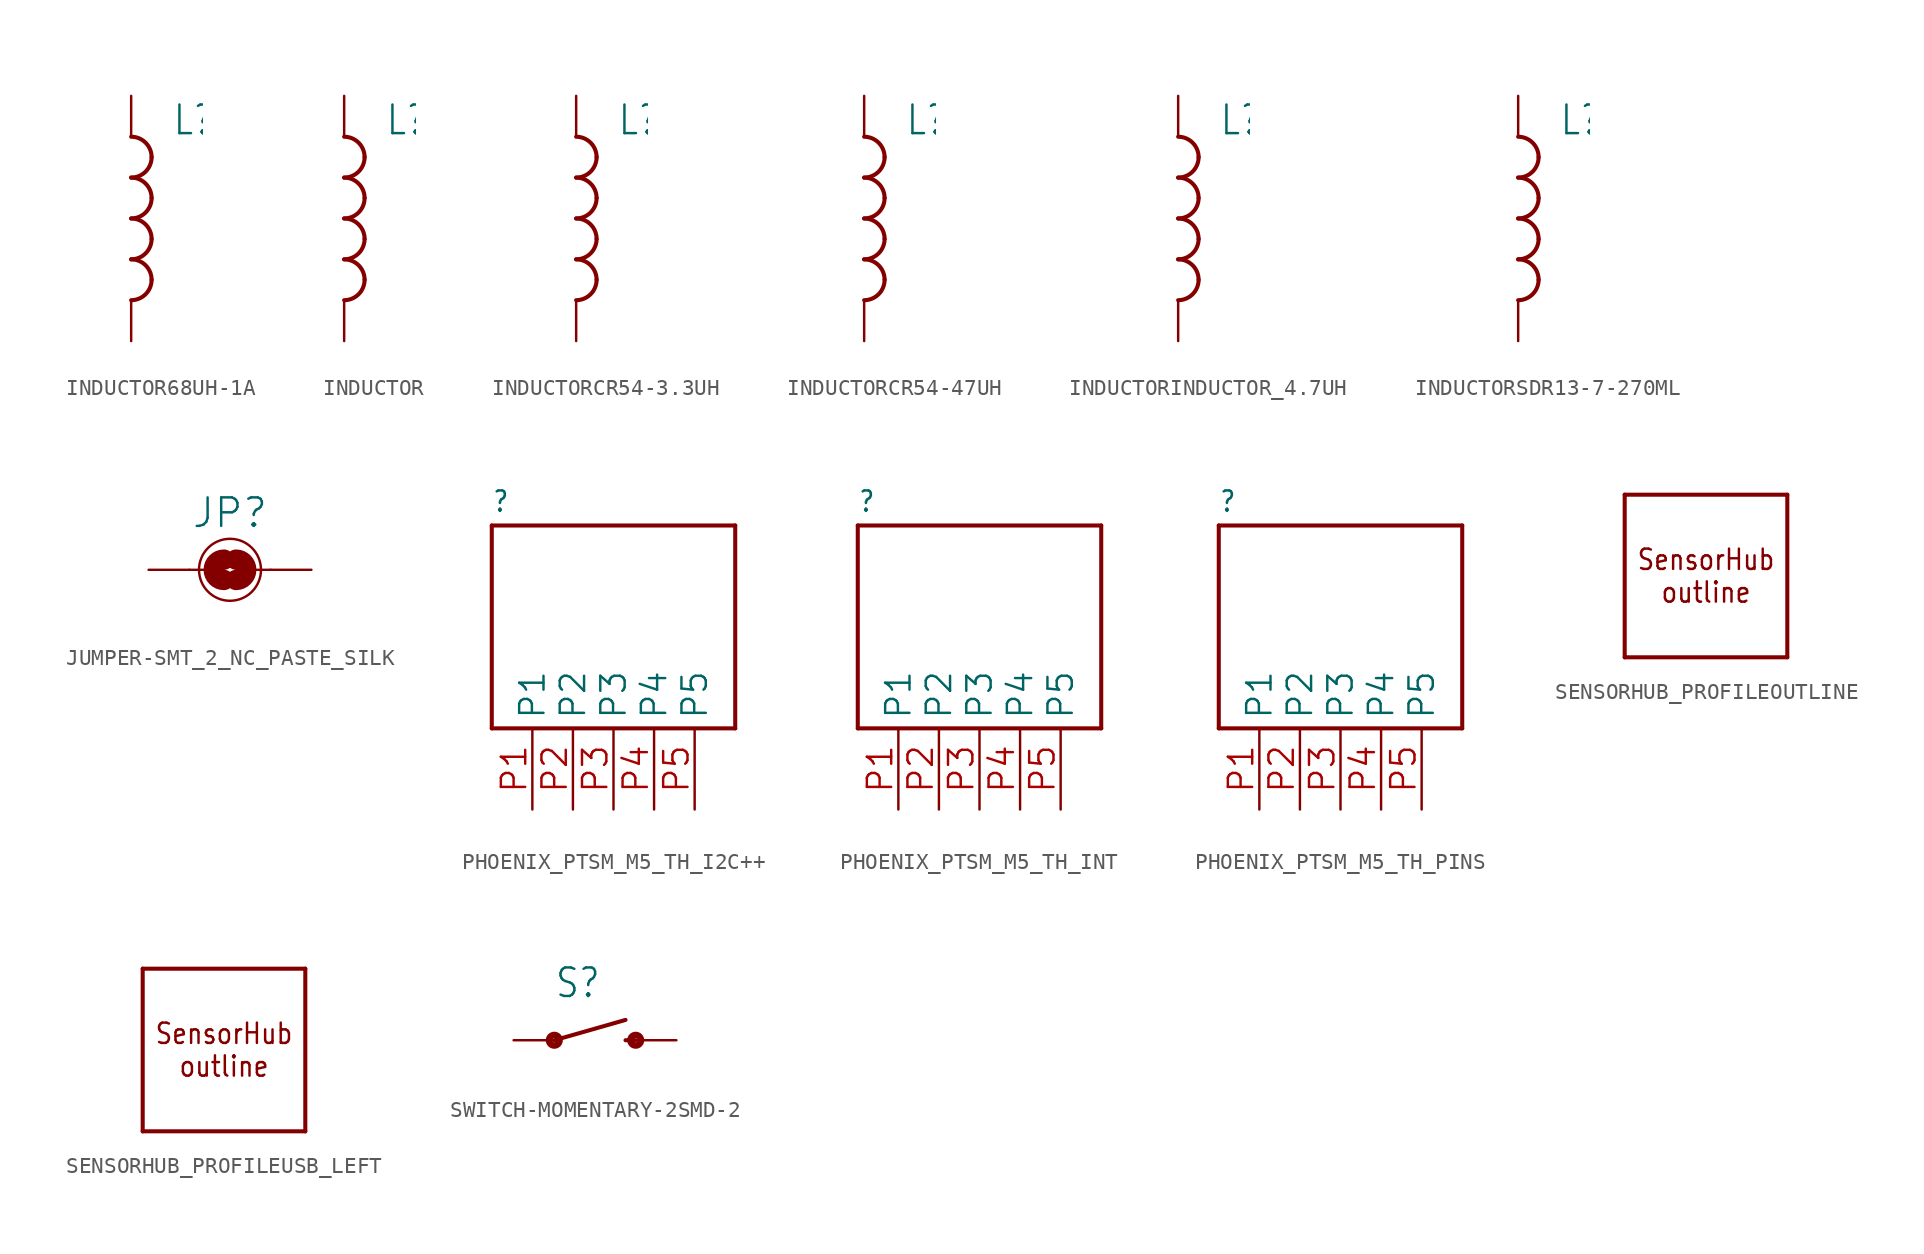
<source format=kicad_sym>
(kicad_symbol_lib
  (version 20241209)
  (generator "kicad_symbol_editor")
  (generator_version "9.0")
  (symbol "INDUCTOR68UH-1A"
    (property "Reference" "L"
      (at 2.54 5.08 0)
      (effects (font (size 1.778 1.511)) (justify left bottom)))
    (property "Value" ""
      (at 2.54 -5.08 0)
      (effects (font (size 1.778 1.511)) (justify left bottom)))
    (property "ki_locked" ""
      (at 0 0 0)
      (effects (font (size 1.27 1.27))))
    (symbol "INDUCTOR68UH-1A_1_0"
      (arc (start 0 5.08) (mid 0.898 4.708) (end 1.27 3.81) (stroke (width 0.254) (type solid)) (fill (type none)))
      (arc (start 1.27 3.81) (mid 0.898 2.912) (end 0 2.54) (stroke (width 0.254) (type solid)) (fill (type none)))
      (arc (start 1.27 1.27) (mid 0.898 0.372) (end 0 0) (stroke (width 0.254) (type solid)) (fill (type none)))
      (arc (start 0 2.54) (mid 0.8981 2.168) (end 1.2701 1.2699) (stroke (width 0.254) (type solid)) (fill (type none)))
      (arc (start 1.2701 -1.2699) (mid 0.8981 -2.168) (end 0 -2.54) (stroke (width 0.254) (type solid)) (fill (type none)))
      (arc (start 0 0) (mid 0.898 -0.372) (end 1.27 -1.27) (stroke (width 0.254) (type solid)) (fill (type none)))
      (arc (start 0 -2.54) (mid 0.898 -2.912) (end 1.27 -3.81) (stroke (width 0.254) (type solid)) (fill (type none)))
      (arc (start 1.27 -3.81) (mid 0.898 -4.708) (end 0 -5.08) (stroke (width 0.254) (type solid)) (fill (type none)))
      (pin passive line (at 0 7.62 270) (length 2.54) (name "1" (effects (font (size 0 0)))) (number "P$1" (effects (font (size 0 0)))))
      (pin passive line (at 0 -7.62 90) (length 2.54) (name "2" (effects (font (size 0 0)))) (number "P$2" (effects (font (size 0 0)))))))
  (symbol "INDUCTOR"
    (property "Reference" "L"
      (at 2.54 5.08 0)
      (effects (font (size 1.778 1.511)) (justify left bottom)))
    (property "Value" ""
      (at 2.54 -5.08 0)
      (effects (font (size 1.778 1.511)) (justify left bottom)))
    (property "ki_locked" ""
      (at 0 0 0)
      (effects (font (size 1.27 1.27))))
    (symbol "INDUCTOR_1_0"
      (arc (start 0 5.08) (mid 0.898 4.708) (end 1.27 3.81) (stroke (width 0.254) (type solid)) (fill (type none)))
      (arc (start 1.27 3.81) (mid 0.898 2.912) (end 0 2.54) (stroke (width 0.254) (type solid)) (fill (type none)))
      (arc (start 1.27 1.27) (mid 0.898 0.372) (end 0 0) (stroke (width 0.254) (type solid)) (fill (type none)))
      (arc (start 0 2.54) (mid 0.8981 2.168) (end 1.2701 1.2699) (stroke (width 0.254) (type solid)) (fill (type none)))
      (arc (start 1.2701 -1.2699) (mid 0.8981 -2.168) (end 0 -2.54) (stroke (width 0.254) (type solid)) (fill (type none)))
      (arc (start 0 0) (mid 0.898 -0.372) (end 1.27 -1.27) (stroke (width 0.254) (type solid)) (fill (type none)))
      (arc (start 0 -2.54) (mid 0.898 -2.912) (end 1.27 -3.81) (stroke (width 0.254) (type solid)) (fill (type none)))
      (arc (start 1.27 -3.81) (mid 0.898 -4.708) (end 0 -5.08) (stroke (width 0.254) (type solid)) (fill (type none)))
      (pin passive line (at 0 7.62 270) (length 2.54) (name "1" (effects (font (size 0 0)))) (number "P$1" (effects (font (size 0 0)))))
      (pin passive line (at 0 -7.62 90) (length 2.54) (name "2" (effects (font (size 0 0)))) (number "P$2" (effects (font (size 0 0)))))))
  (symbol "INDUCTORCR54-3.3UH"
    (property "Reference" "L"
      (at 2.54 5.08 0)
      (effects (font (size 1.778 1.511)) (justify left bottom)))
    (property "Value" ""
      (at 2.54 -5.08 0)
      (effects (font (size 1.778 1.511)) (justify left bottom)))
    (property "ki_locked" ""
      (at 0 0 0)
      (effects (font (size 1.27 1.27))))
    (symbol "INDUCTORCR54-3.3UH_1_0"
      (arc (start 0 5.08) (mid 0.898 4.708) (end 1.27 3.81) (stroke (width 0.254) (type solid)) (fill (type none)))
      (arc (start 1.27 3.81) (mid 0.898 2.912) (end 0 2.54) (stroke (width 0.254) (type solid)) (fill (type none)))
      (arc (start 1.27 1.27) (mid 0.898 0.372) (end 0 0) (stroke (width 0.254) (type solid)) (fill (type none)))
      (arc (start 0 2.54) (mid 0.8981 2.168) (end 1.2701 1.2699) (stroke (width 0.254) (type solid)) (fill (type none)))
      (arc (start 1.2701 -1.2699) (mid 0.8981 -2.168) (end 0 -2.54) (stroke (width 0.254) (type solid)) (fill (type none)))
      (arc (start 0 0) (mid 0.898 -0.372) (end 1.27 -1.27) (stroke (width 0.254) (type solid)) (fill (type none)))
      (arc (start 0 -2.54) (mid 0.898 -2.912) (end 1.27 -3.81) (stroke (width 0.254) (type solid)) (fill (type none)))
      (arc (start 1.27 -3.81) (mid 0.898 -4.708) (end 0 -5.08) (stroke (width 0.254) (type solid)) (fill (type none)))
      (pin passive line (at 0 7.62 270) (length 2.54) (name "1" (effects (font (size 0 0)))) (number "P$1" (effects (font (size 0 0)))))
      (pin passive line (at 0 -7.62 90) (length 2.54) (name "2" (effects (font (size 0 0)))) (number "P$2" (effects (font (size 0 0)))))))
  (symbol "INDUCTORCR54-47UH"
    (property "Reference" "L"
      (at 2.54 5.08 0)
      (effects (font (size 1.778 1.511)) (justify left bottom)))
    (property "Value" ""
      (at 2.54 -5.08 0)
      (effects (font (size 1.778 1.511)) (justify left bottom)))
    (property "ki_locked" ""
      (at 0 0 0)
      (effects (font (size 1.27 1.27))))
    (symbol "INDUCTORCR54-47UH_1_0"
      (arc (start 0 5.08) (mid 0.898 4.708) (end 1.27 3.81) (stroke (width 0.254) (type solid)) (fill (type none)))
      (arc (start 1.27 3.81) (mid 0.898 2.912) (end 0 2.54) (stroke (width 0.254) (type solid)) (fill (type none)))
      (arc (start 1.27 1.27) (mid 0.898 0.372) (end 0 0) (stroke (width 0.254) (type solid)) (fill (type none)))
      (arc (start 0 2.54) (mid 0.8981 2.168) (end 1.2701 1.2699) (stroke (width 0.254) (type solid)) (fill (type none)))
      (arc (start 1.2701 -1.2699) (mid 0.8981 -2.168) (end 0 -2.54) (stroke (width 0.254) (type solid)) (fill (type none)))
      (arc (start 0 0) (mid 0.898 -0.372) (end 1.27 -1.27) (stroke (width 0.254) (type solid)) (fill (type none)))
      (arc (start 0 -2.54) (mid 0.898 -2.912) (end 1.27 -3.81) (stroke (width 0.254) (type solid)) (fill (type none)))
      (arc (start 1.27 -3.81) (mid 0.898 -4.708) (end 0 -5.08) (stroke (width 0.254) (type solid)) (fill (type none)))
      (pin passive line (at 0 7.62 270) (length 2.54) (name "1" (effects (font (size 0 0)))) (number "P$1" (effects (font (size 0 0)))))
      (pin passive line (at 0 -7.62 90) (length 2.54) (name "2" (effects (font (size 0 0)))) (number "P$2" (effects (font (size 0 0)))))))
  (symbol "INDUCTORINDUCTOR_4.7UH"
    (property "Reference" "L"
      (at 2.54 5.08 0)
      (effects (font (size 1.778 1.511)) (justify left bottom)))
    (property "Value" ""
      (at 2.54 -5.08 0)
      (effects (font (size 1.778 1.511)) (justify left bottom)))
    (property "ki_locked" ""
      (at 0 0 0)
      (effects (font (size 1.27 1.27))))
    (symbol "INDUCTORINDUCTOR_4.7UH_1_0"
      (arc (start 0 5.08) (mid 0.898 4.708) (end 1.27 3.81) (stroke (width 0.254) (type solid)) (fill (type none)))
      (arc (start 1.27 3.81) (mid 0.898 2.912) (end 0 2.54) (stroke (width 0.254) (type solid)) (fill (type none)))
      (arc (start 1.27 1.27) (mid 0.898 0.372) (end 0 0) (stroke (width 0.254) (type solid)) (fill (type none)))
      (arc (start 0 2.54) (mid 0.8981 2.168) (end 1.2701 1.2699) (stroke (width 0.254) (type solid)) (fill (type none)))
      (arc (start 1.2701 -1.2699) (mid 0.8981 -2.168) (end 0 -2.54) (stroke (width 0.254) (type solid)) (fill (type none)))
      (arc (start 0 0) (mid 0.898 -0.372) (end 1.27 -1.27) (stroke (width 0.254) (type solid)) (fill (type none)))
      (arc (start 0 -2.54) (mid 0.898 -2.912) (end 1.27 -3.81) (stroke (width 0.254) (type solid)) (fill (type none)))
      (arc (start 1.27 -3.81) (mid 0.898 -4.708) (end 0 -5.08) (stroke (width 0.254) (type solid)) (fill (type none)))
      (pin passive line (at 0 7.62 270) (length 2.54) (name "1" (effects (font (size 0 0)))) (number "P$1" (effects (font (size 0 0)))))
      (pin passive line (at 0 -7.62 90) (length 2.54) (name "2" (effects (font (size 0 0)))) (number "P$2" (effects (font (size 0 0)))))))
  (symbol "INDUCTORSDR13-7-270ML"
    (property "Reference" "L"
      (at 2.54 5.08 0)
      (effects (font (size 1.778 1.511)) (justify left bottom)))
    (property "Value" ""
      (at 2.54 -5.08 0)
      (effects (font (size 1.778 1.511)) (justify left bottom)))
    (property "ki_locked" ""
      (at 0 0 0)
      (effects (font (size 1.27 1.27))))
    (symbol "INDUCTORSDR13-7-270ML_1_0"
      (arc (start 0 5.08) (mid 0.898 4.708) (end 1.27 3.81) (stroke (width 0.254) (type solid)) (fill (type none)))
      (arc (start 1.27 3.81) (mid 0.898 2.912) (end 0 2.54) (stroke (width 0.254) (type solid)) (fill (type none)))
      (arc (start 1.27 1.27) (mid 0.898 0.372) (end 0 0) (stroke (width 0.254) (type solid)) (fill (type none)))
      (arc (start 0 2.54) (mid 0.8981 2.168) (end 1.2701 1.2699) (stroke (width 0.254) (type solid)) (fill (type none)))
      (arc (start 1.2701 -1.2699) (mid 0.8981 -2.168) (end 0 -2.54) (stroke (width 0.254) (type solid)) (fill (type none)))
      (arc (start 0 0) (mid 0.898 -0.372) (end 1.27 -1.27) (stroke (width 0.254) (type solid)) (fill (type none)))
      (arc (start 0 -2.54) (mid 0.898 -2.912) (end 1.27 -3.81) (stroke (width 0.254) (type solid)) (fill (type none)))
      (arc (start 1.27 -3.81) (mid 0.898 -4.708) (end 0 -5.08) (stroke (width 0.254) (type solid)) (fill (type none)))
      (pin passive line (at 0 7.62 270) (length 2.54) (name "1" (effects (font (size 0 0)))) (number "P$1" (effects (font (size 0 0)))))
      (pin passive line (at 0 -7.62 90) (length 2.54) (name "2" (effects (font (size 0 0)))) (number "P$2" (effects (font (size 0 0)))))))
  (symbol "JUMPER-SMT_2_NC_PASTE_SILK"
    (property "Reference" "JP"
      (at 0 3.556 0)
      (effects (font (size 1.778 1.778))))
    (property "Value" ""
      (at 0 -3.302 0)
      (effects (font (size 1.778 1.778))))
    (property "ki_locked" ""
      (at 0 0 0)
      (effects (font (size 1.27 1.27))))
    (symbol "JUMPER-SMT_2_NC_PASTE_SILK_1_0"
      (polyline (pts (xy -2.54 0) (xy -1.651 0)) (stroke (width 0.152) (type solid)) (fill (type none)))
      (arc (start -0.381 -0.635) (mid -1.0159 0.0001) (end -0.3808 0.635) (stroke (width 1.27) (type solid)) (fill (type none)))
      (circle (center 0 0) (radius 1.934) (stroke (width 0) (type solid)) (fill (type none)))
      (arc (start 0.381 0.635) (mid 1.0159 -0.0001) (end 0.3808 -0.635) (stroke (width 1.27) (type solid)) (fill (type none)))
      (polyline (pts (xy 2.54 0) (xy 1.651 0)) (stroke (width 0.152) (type solid)) (fill (type none)))
      (pin passive line (at -5.08 0 0) (length 2.54) (name "1" (effects (font (size 0 0)))) (number "1" (effects (font (size 0 0)))))
      (pin passive line (at 5.08 0 180) (length 2.54) (name "2" (effects (font (size 0 0)))) (number "2" (effects (font (size 0 0)))))))
  (symbol "PHOENIX_PTSM_M5_TH_I2C++"
    (property "Reference" ""
      (at -7.62 10.922 0)
      (effects (font (size 1.27 1.079)) (justify left bottom)))
    (property "ki_locked" ""
      (at 0 0 0)
      (effects (font (size 1.27 1.27))))
    (symbol "PHOENIX_PTSM_M5_TH_I2C++_1_0"
      (polyline (pts (xy -7.62 10.16) (xy -7.62 -2.54)) (stroke (width 0.254) (type solid)) (fill (type none)))
      (polyline (pts (xy -7.62 -2.54) (xy 7.62 -2.54)) (stroke (width 0.254) (type solid)) (fill (type none)))
      (polyline (pts (xy 7.62 10.16) (xy -7.62 10.16)) (stroke (width 0.254) (type solid)) (fill (type none)))
      (polyline (pts (xy 7.62 -2.54) (xy 7.62 10.16)) (stroke (width 0.254) (type solid)) (fill (type none)))
      (pin power_in line (at -5.08 -7.62 90) (length 5.08) (name "P1" (effects (font (size 1.524 1.524)))) (number "P1" (effects (font (size 1.524 1.524)))))
      (pin power_in line (at -2.54 -7.62 90) (length 5.08) (name "P2" (effects (font (size 1.524 1.524)))) (number "P2" (effects (font (size 1.524 1.524)))))
      (pin power_in line (at 0 -7.62 90) (length 5.08) (name "P3" (effects (font (size 1.524 1.524)))) (number "P3" (effects (font (size 1.524 1.524)))))
      (pin bidirectional line (at 2.54 -7.62 90) (length 5.08) (name "P4" (effects (font (size 1.524 1.524)))) (number "P4" (effects (font (size 1.524 1.524)))))
      (pin bidirectional line (at 5.08 -7.62 90) (length 5.08) (name "P5" (effects (font (size 1.524 1.524)))) (number "P5" (effects (font (size 1.524 1.524)))))))
  (symbol "PHOENIX_PTSM_M5_TH_INT"
    (property "Reference" ""
      (at -7.62 10.922 0)
      (effects (font (size 1.27 1.079)) (justify left bottom)))
    (property "ki_locked" ""
      (at 0 0 0)
      (effects (font (size 1.27 1.27))))
    (symbol "PHOENIX_PTSM_M5_TH_INT_1_0"
      (polyline (pts (xy -7.62 10.16) (xy -7.62 -2.54)) (stroke (width 0.254) (type solid)) (fill (type none)))
      (polyline (pts (xy -7.62 -2.54) (xy 7.62 -2.54)) (stroke (width 0.254) (type solid)) (fill (type none)))
      (polyline (pts (xy 7.62 10.16) (xy -7.62 10.16)) (stroke (width 0.254) (type solid)) (fill (type none)))
      (polyline (pts (xy 7.62 -2.54) (xy 7.62 10.16)) (stroke (width 0.254) (type solid)) (fill (type none)))
      (pin power_in line (at -5.08 -7.62 90) (length 5.08) (name "P1" (effects (font (size 1.524 1.524)))) (number "P1" (effects (font (size 1.524 1.524)))))
      (pin power_in line (at -2.54 -7.62 90) (length 5.08) (name "P2" (effects (font (size 1.524 1.524)))) (number "P2" (effects (font (size 1.524 1.524)))))
      (pin power_in line (at 0 -7.62 90) (length 5.08) (name "P3" (effects (font (size 1.524 1.524)))) (number "P3" (effects (font (size 1.524 1.524)))))
      (pin bidirectional line (at 2.54 -7.62 90) (length 5.08) (name "P4" (effects (font (size 1.524 1.524)))) (number "P4" (effects (font (size 1.524 1.524)))))
      (pin bidirectional line (at 5.08 -7.62 90) (length 5.08) (name "P5" (effects (font (size 1.524 1.524)))) (number "P5" (effects (font (size 1.524 1.524)))))))
  (symbol "PHOENIX_PTSM_M5_TH_PINS"
    (property "Reference" ""
      (at -7.62 10.922 0)
      (effects (font (size 1.27 1.079)) (justify left bottom)))
    (property "ki_locked" ""
      (at 0 0 0)
      (effects (font (size 1.27 1.27))))
    (symbol "PHOENIX_PTSM_M5_TH_PINS_1_0"
      (polyline (pts (xy -7.62 10.16) (xy -7.62 -2.54)) (stroke (width 0.254) (type solid)) (fill (type none)))
      (polyline (pts (xy -7.62 -2.54) (xy 7.62 -2.54)) (stroke (width 0.254) (type solid)) (fill (type none)))
      (polyline (pts (xy 7.62 10.16) (xy -7.62 10.16)) (stroke (width 0.254) (type solid)) (fill (type none)))
      (polyline (pts (xy 7.62 -2.54) (xy 7.62 10.16)) (stroke (width 0.254) (type solid)) (fill (type none)))
      (pin power_in line (at -5.08 -7.62 90) (length 5.08) (name "P1" (effects (font (size 1.524 1.524)))) (number "P1" (effects (font (size 1.524 1.524)))))
      (pin power_in line (at -2.54 -7.62 90) (length 5.08) (name "P2" (effects (font (size 1.524 1.524)))) (number "P2" (effects (font (size 1.524 1.524)))))
      (pin power_in line (at 0 -7.62 90) (length 5.08) (name "P3" (effects (font (size 1.524 1.524)))) (number "P3" (effects (font (size 1.524 1.524)))))
      (pin bidirectional line (at 2.54 -7.62 90) (length 5.08) (name "P4" (effects (font (size 1.524 1.524)))) (number "P4" (effects (font (size 1.524 1.524)))))
      (pin bidirectional line (at 5.08 -7.62 90) (length 5.08) (name "P5" (effects (font (size 1.524 1.524)))) (number "P5" (effects (font (size 1.524 1.524)))))))
  (symbol "SENSORHUB_PROFILEOUTLINE"
    (property "Reference" ""
      (at 0 0 0)
      (effects (font (size 1.27 1.27)) (hide yes)))
    (property "ki_locked" ""
      (at 0 0 0)
      (effects (font (size 1.27 1.27))))
    (symbol "SENSORHUB_PROFILEOUTLINE_1_0"
      (polyline (pts (xy -5.08 5.08) (xy -5.08 -5.08)) (stroke (width 0.254) (type solid)) (fill (type none)))
      (polyline (pts (xy -5.08 -5.08) (xy 5.08 -5.08)) (stroke (width 0.254) (type solid)) (fill (type none)))
      (polyline (pts (xy 5.08 5.08) (xy -5.08 5.08)) (stroke (width 0.254) (type solid)) (fill (type none)))
      (polyline (pts (xy 5.08 -5.08) (xy 5.08 5.08)) (stroke (width 0.254) (type solid)) (fill (type none)))
      (text "SensorHub\noutline" (at 0 0 0) (effects (font (size 1.27 1.079))))))
  (symbol "SENSORHUB_PROFILEUSB_LEFT"
    (property "Reference" ""
      (at 0 0 0)
      (effects (font (size 1.27 1.27)) (hide yes)))
    (property "ki_locked" ""
      (at 0 0 0)
      (effects (font (size 1.27 1.27))))
    (symbol "SENSORHUB_PROFILEUSB_LEFT_1_0"
      (polyline (pts (xy -5.08 5.08) (xy -5.08 -5.08)) (stroke (width 0.254) (type solid)) (fill (type none)))
      (polyline (pts (xy -5.08 -5.08) (xy 5.08 -5.08)) (stroke (width 0.254) (type solid)) (fill (type none)))
      (polyline (pts (xy 5.08 5.08) (xy -5.08 5.08)) (stroke (width 0.254) (type solid)) (fill (type none)))
      (polyline (pts (xy 5.08 -5.08) (xy 5.08 5.08)) (stroke (width 0.254) (type solid)) (fill (type none)))
      (text "SensorHub\noutline" (at 0 0 0) (effects (font (size 1.27 1.079))))))
  (symbol "SWITCH-MOMENTARY-2SMD-2"
    (property "Reference" "S"
      (at -2.54 2.54 0)
      (effects (font (size 1.778 1.511)) (justify left bottom)))
    (property "Value" ""
      (at -2.54 -2.54 0)
      (effects (font (size 1.778 1.511)) (justify left bottom)))
    (property "ki_locked" ""
      (at 0 0 0)
      (effects (font (size 1.27 1.27))))
    (symbol "SWITCH-MOMENTARY-2SMD-2_1_0"
      (circle (center -2.54 0) (radius 0.127) (stroke (width 0.406) (type solid)) (fill (type none)))
      (polyline (pts (xy -2.54 0) (xy 1.905 1.27)) (stroke (width 0.254) (type solid)) (fill (type none)))
      (polyline (pts (xy 1.905 0) (xy 2.54 0)) (stroke (width 0.254) (type solid)) (fill (type none)))
      (circle (center 2.54 0) (radius 0.127) (stroke (width 0.406) (type solid)) (fill (type none)))
      (pin passive line (at -5.08 0 0) (length 2.54) (name "1" (effects (font (size 0 0)))) (number "2" (effects (font (size 0 0)))))
      (pin passive line (at 5.08 0 180) (length 2.54) (name "2" (effects (font (size 0 0)))) (number "1" (effects (font (size 0 0))))))))
</source>
